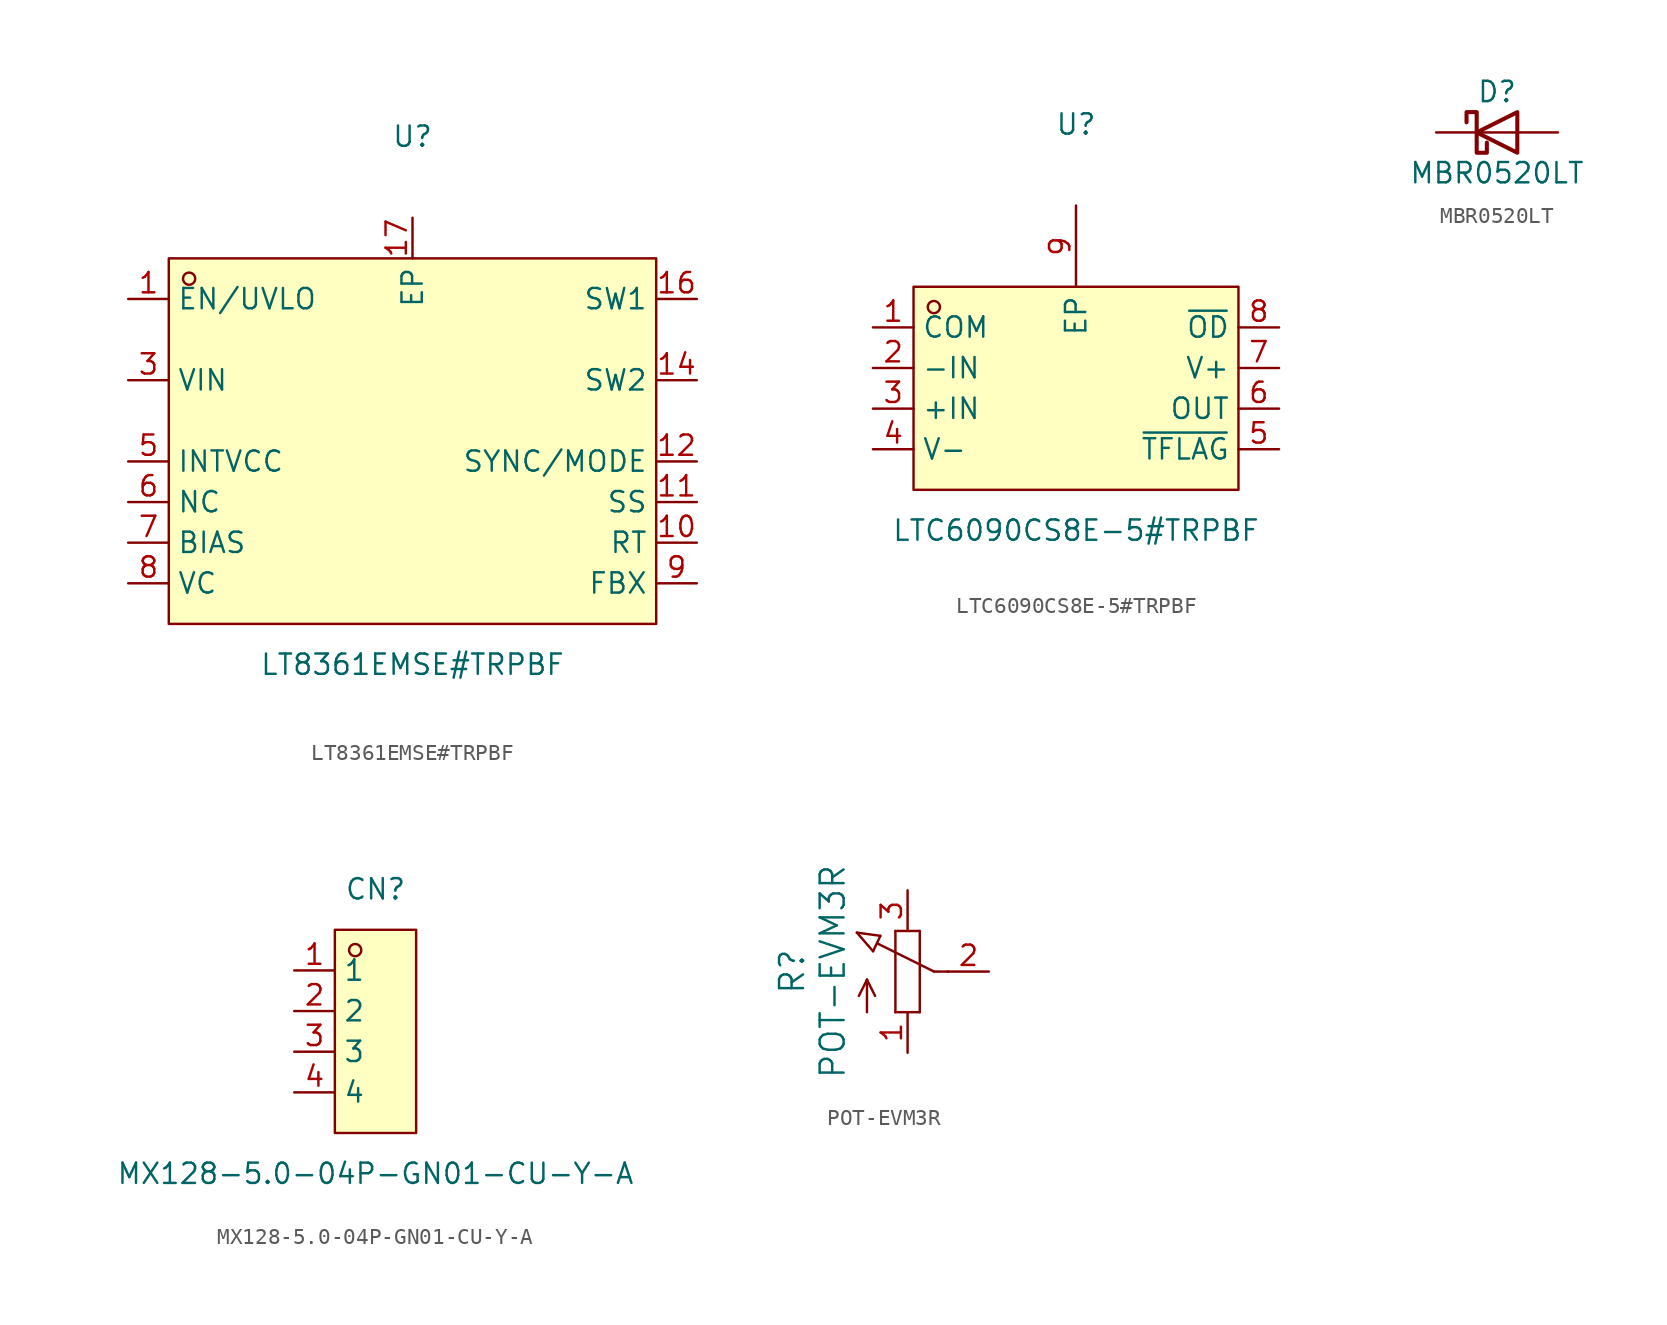
<source format=kicad_sym>
(kicad_symbol_lib
  (version 20231120)
  (generator "kicad_symbol_editor")
  (generator_version "8.0")
  (symbol "LT8361EMSE#TRPBF"
    (property "Reference" "U"
      (at 0 15.24 0)
      (effects (font (size 1.27 1.27))))
    (property "Value" "LT8361EMSE#TRPBF"
      (at 0 -17.78 0)
      (effects (font (size 1.27 1.27))))
    (symbol "LT8361EMSE#TRPBF_0_1"
      (rectangle (start -15.24 7.62) (end 15.24 -15.24) (stroke (width 0) (type default)) (fill (type background)))
      (circle (center -13.97 6.35) (radius 0.38) (stroke (width 0) (type default)) (fill (type none)))
      (pin unspecified line (at -17.78 5.08 0) (length 2.54) (name "EN/UVLO" (effects (font (size 1.27 1.27)))) (number "1" (effects (font (size 1.27 1.27)))))
      (pin unspecified line (at 17.78 -10.16 180) (length 2.54) (name "RT" (effects (font (size 1.27 1.27)))) (number "10" (effects (font (size 1.27 1.27)))))
      (pin unspecified line (at 17.78 -7.62 180) (length 2.54) (name "SS" (effects (font (size 1.27 1.27)))) (number "11" (effects (font (size 1.27 1.27)))))
      (pin unspecified line (at 17.78 -5.08 180) (length 2.54) (name "SYNC/MODE" (effects (font (size 1.27 1.27)))) (number "12" (effects (font (size 1.27 1.27)))))
      (pin unspecified line (at 17.78 0 180) (length 2.54) (name "SW2" (effects (font (size 1.27 1.27)))) (number "14" (effects (font (size 1.27 1.27)))))
      (pin unspecified line (at 17.78 5.08 180) (length 2.54) (name "SW1" (effects (font (size 1.27 1.27)))) (number "16" (effects (font (size 1.27 1.27)))))
      (pin unspecified line (at 0 10.16 270) (length 2.54) (name "EP" (effects (font (size 1.27 1.27)))) (number "17" (effects (font (size 1.27 1.27)))))
      (pin unspecified line (at -17.78 0 0) (length 2.54) (name "VIN" (effects (font (size 1.27 1.27)))) (number "3" (effects (font (size 1.27 1.27)))))
      (pin unspecified line (at -17.78 -5.08 0) (length 2.54) (name "INTVCC" (effects (font (size 1.27 1.27)))) (number "5" (effects (font (size 1.27 1.27)))))
      (pin unspecified line (at -17.78 -7.62 0) (length 2.54) (name "NC" (effects (font (size 1.27 1.27)))) (number "6" (effects (font (size 1.27 1.27)))))
      (pin unspecified line (at -17.78 -10.16 0) (length 2.54) (name "BIAS" (effects (font (size 1.27 1.27)))) (number "7" (effects (font (size 1.27 1.27)))))
      (pin unspecified line (at -17.78 -12.7 0) (length 2.54) (name "VC" (effects (font (size 1.27 1.27)))) (number "8" (effects (font (size 1.27 1.27)))))
      (pin unspecified line (at 17.78 -12.7 180) (length 2.54) (name "FBX" (effects (font (size 1.27 1.27)))) (number "9" (effects (font (size 1.27 1.27)))))))
  (symbol "LTC6090CS8E-5#TRPBF"
    (property "Reference" "U"
      (at 0 15.24 0)
      (effects (font (size 1.27 1.27))))
    (property "Value" "LTC6090CS8E-5#TRPBF"
      (at 0 -10.16 0)
      (effects (font (size 1.27 1.27))))
    (symbol "LTC6090CS8E-5#TRPBF_0_1"
      (rectangle (start -10.16 5.08) (end 10.16 -7.62) (stroke (width 0) (type default)) (fill (type background)))
      (circle (center -8.89 3.81) (radius 0.38) (stroke (width 0) (type default)) (fill (type none)))
      (pin unspecified line (at -12.7 2.54 0) (length 2.54) (name "COM" (effects (font (size 1.27 1.27)))) (number "1" (effects (font (size 1.27 1.27)))))
      (pin unspecified line (at -12.7 0 0) (length 2.54) (name "-IN" (effects (font (size 1.27 1.27)))) (number "2" (effects (font (size 1.27 1.27)))))
      (pin unspecified line (at -12.7 -2.54 0) (length 2.54) (name "+IN" (effects (font (size 1.27 1.27)))) (number "3" (effects (font (size 1.27 1.27)))))
      (pin unspecified line (at -12.7 -5.08 0) (length 2.54) (name "V-" (effects (font (size 1.27 1.27)))) (number "4" (effects (font (size 1.27 1.27)))))
      (pin unspecified line (at 12.7 -5.08 180) (length 2.54) (name "~{TFLAG}" (effects (font (size 1.27 1.27)))) (number "5" (effects (font (size 1.27 1.27)))))
      (pin unspecified line (at 12.7 -2.54 180) (length 2.54) (name "OUT" (effects (font (size 1.27 1.27)))) (number "6" (effects (font (size 1.27 1.27)))))
      (pin unspecified line (at 12.7 0 180) (length 2.54) (name "V+" (effects (font (size 1.27 1.27)))) (number "7" (effects (font (size 1.27 1.27)))))
      (pin unspecified line (at 12.7 2.54 180) (length 2.54) (name "~{OD}" (effects (font (size 1.27 1.27)))) (number "8" (effects (font (size 1.27 1.27)))))
      (pin unspecified line (at 0 10.16 270) (length 5.08) (name "EP" (effects (font (size 1.27 1.27)))) (number "9" (effects (font (size 1.27 1.27)))))))
  (symbol "MBR0520LT"
    (pin_numbers hide)
    (pin_names
      (offset 1.016) hide)
    (property "Reference" "D"
      (at 0 2.54 0)
      (effects (font (size 1.27 1.27))))
    (property "Value" "MBR0520LT"
      (at 0 -2.54 0)
      (effects (font (size 1.27 1.27))))
    (symbol "MBR0520LT_0_1"
      (polyline (pts (xy 1.27 0) (xy -1.27 0)) (stroke (width 0) (type default)) (fill (type none)))
      (polyline (pts (xy 1.27 1.27) (xy 1.27 -1.27) (xy -1.27 0) (xy 1.27 1.27)) (stroke (width 0.254) (type default)) (fill (type none)))
      (polyline (pts (xy -1.905 0.635) (xy -1.905 1.27) (xy -1.27 1.27) (xy -1.27 -1.27) (xy -0.635 -1.27) (xy -0.635 -0.635)) (stroke (width 0.254) (type default)) (fill (type none))))
    (symbol "MBR0520LT_1_1"
      (pin passive line (at -3.81 0 0) (length 2.54) (name "K" (effects (font (size 1.27 1.27)))) (number "1" (effects (font (size 1.27 1.27)))))
      (pin passive line (at 3.81 0 180) (length 2.54) (name "A" (effects (font (size 1.27 1.27)))) (number "2" (effects (font (size 1.27 1.27)))))))
  (symbol "MX128-5.0-04P-GN01-CU-Y-A"
    (property "Reference" "CN"
      (at 0 8.89 0)
      (effects (font (size 1.27 1.27))))
    (property "Value" "MX128-5.0-04P-GN01-CU-Y-A"
      (at 0 -8.89 0)
      (effects (font (size 1.27 1.27))))
    (symbol "MX128-5.0-04P-GN01-CU-Y-A_0_1"
      (rectangle (start -2.54 6.35) (end 2.54 -6.35) (stroke (width 0) (type default)) (fill (type background)))
      (circle (center -1.27 5.08) (radius 0.38) (stroke (width 0) (type default)) (fill (type none)))
      (pin unspecified line (at -5.08 3.81 0) (length 2.54) (name "1" (effects (font (size 1.27 1.27)))) (number "1" (effects (font (size 1.27 1.27)))))
      (pin unspecified line (at -5.08 1.27 0) (length 2.54) (name "2" (effects (font (size 1.27 1.27)))) (number "2" (effects (font (size 1.27 1.27)))))
      (pin unspecified line (at -5.08 -1.27 0) (length 2.54) (name "3" (effects (font (size 1.27 1.27)))) (number "3" (effects (font (size 1.27 1.27)))))
      (pin unspecified line (at -5.08 -3.81 0) (length 2.54) (name "4" (effects (font (size 1.27 1.27)))) (number "4" (effects (font (size 1.27 1.27)))))))
  (symbol "POT-EVM3R"
    (pin_names
      (offset 1.016))
    (property "Reference" "R"
      (at -6.35 0 90)
      (effects (font (size 1.499 1.499)) (justify bottom)))
    (property "Value" "POT-EVM3R"
      (at -3.81 0 90)
      (effects (font (size 1.499 1.499)) (justify bottom)))
    (property "ki_locked" ""
      (at 0 0 0)
      (effects (font (size 1.27 1.27))))
    (symbol "POT-EVM3R_1_0"
      (polyline (pts (xy -3.175 2.438) (xy -1.702 2.235)) (stroke (width 0) (type solid)) (fill (type none)))
      (polyline (pts (xy -2.54 -2.54) (xy -2.54 -0.508)) (stroke (width 0) (type solid)) (fill (type none)))
      (polyline (pts (xy -2.54 -0.508) (xy -3.048 -1.524)) (stroke (width 0) (type solid)) (fill (type none)))
      (polyline (pts (xy -2.54 -0.508) (xy -2.032 -1.524)) (stroke (width 0) (type solid)) (fill (type none)))
      (polyline (pts (xy -2.159 1.27) (xy -3.175 2.438)) (stroke (width 0) (type solid)) (fill (type none)))
      (polyline (pts (xy -2.159 1.27) (xy -1.702 2.235)) (stroke (width 0) (type solid)) (fill (type none)))
      (polyline (pts (xy -0.762 -2.54) (xy 0.762 -2.54)) (stroke (width 0) (type solid)) (fill (type none)))
      (polyline (pts (xy -0.762 2.54) (xy -0.762 -2.54)) (stroke (width 0) (type solid)) (fill (type none)))
      (polyline (pts (xy 0.762 -2.54) (xy 0.762 2.54)) (stroke (width 0) (type solid)) (fill (type none)))
      (polyline (pts (xy 0.762 2.54) (xy -0.762 2.54)) (stroke (width 0) (type solid)) (fill (type none)))
      (polyline (pts (xy 1.651 0) (xy -1.88 1.753)) (stroke (width 0) (type solid)) (fill (type none)))
      (polyline (pts (xy 2.54 0) (xy 1.651 0)) (stroke (width 0) (type solid)) (fill (type none)))
      (pin passive line (at 0 -5.08 90) (length 2.54) (name "A" (effects (font (size 0 0)))) (number "1" (effects (font (size 1.27 1.27)))))
      (pin passive line (at 5.08 0 180) (length 2.54) (name "S" (effects (font (size 0 0)))) (number "2" (effects (font (size 1.27 1.27)))))
      (pin passive line (at 0 5.08 270) (length 2.54) (name "E" (effects (font (size 0 0)))) (number "3" (effects (font (size 1.27 1.27))))))))
</source>
